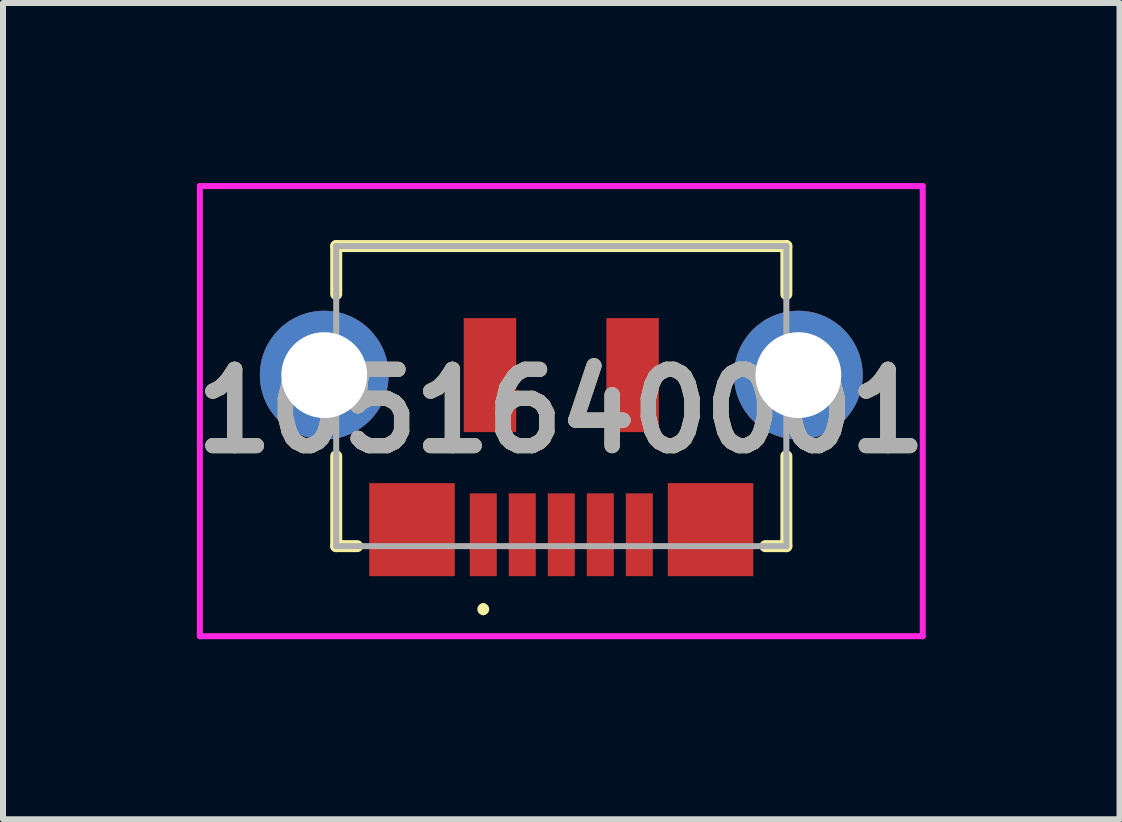
<source format=kicad_pcb>
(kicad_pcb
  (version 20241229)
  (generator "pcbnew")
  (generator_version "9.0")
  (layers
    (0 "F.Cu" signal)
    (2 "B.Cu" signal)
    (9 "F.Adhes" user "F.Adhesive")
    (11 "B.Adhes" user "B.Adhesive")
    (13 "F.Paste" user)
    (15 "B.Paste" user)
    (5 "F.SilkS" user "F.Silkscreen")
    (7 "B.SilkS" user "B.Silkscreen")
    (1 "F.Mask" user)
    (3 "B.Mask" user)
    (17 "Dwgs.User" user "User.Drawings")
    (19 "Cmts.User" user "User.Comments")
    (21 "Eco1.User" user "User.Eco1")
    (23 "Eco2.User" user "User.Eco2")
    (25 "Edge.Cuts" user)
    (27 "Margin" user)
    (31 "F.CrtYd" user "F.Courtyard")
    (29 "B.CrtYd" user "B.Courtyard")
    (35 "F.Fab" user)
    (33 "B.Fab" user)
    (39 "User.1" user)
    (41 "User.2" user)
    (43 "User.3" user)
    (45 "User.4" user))
  (footprint "1051640001"
    (layer "F.Cu")
    (at 6.302 3.55)
    (property "Reference" "1051640001" (at 0 0.25 0) (layer "F.SilkS") (effects (font (size 1.27 1.27) (thickness 0.254))))
    (attr through_hole)
    (fp_line (start -3.75 -2.5) (end 3.75 -2.5) (stroke (width 0.2) (type solid)) (layer "F.SilkS"))
    (fp_line (start -3.75 -1.7) (end -3.75 -2.5) (stroke (width 0.2) (type solid)) (layer "F.SilkS"))
    (fp_line (start -3.75 2.5) (end -3.75 1) (stroke (width 0.2) (type solid)) (layer "F.SilkS"))
    (fp_line (start -3.4 2.5) (end -3.75 2.5) (stroke (width 0.2) (type solid)) (layer "F.SilkS"))
    (fp_line (start -1.3 3.5) (end -1.3 3.5) (stroke (width 0.1) (type solid)) (layer "F.SilkS"))
    (fp_line (start -1.3 3.6) (end -1.3 3.6) (stroke (width 0.1) (type solid)) (layer "F.SilkS"))
    (fp_line (start 3.75 -2.5) (end 3.75 -1.7) (stroke (width 0.2) (type solid)) (layer "F.SilkS"))
    (fp_line (start 3.75 1) (end 3.75 2.5) (stroke (width 0.2) (type solid)) (layer "F.SilkS"))
    (fp_line (start 3.75 2.5) (end 3.4 2.5) (stroke (width 0.2) (type solid)) (layer "F.SilkS"))
    (fp_arc (start -1.3 3.5) (mid -1.25 3.55) (end -1.3 3.6) (stroke (width 0.1) (type solid)) (layer "F.SilkS"))
    (fp_arc (start -1.3 3.6) (mid -1.35 3.55) (end -1.3 3.5) (stroke (width 0.1) (type solid)) (layer "F.SilkS"))
    (fp_line (start -6.022 -3.5) (end -6.022 4) (stroke (width 0.1) (type solid)) (layer "F.CrtYd"))
    (fp_line (start -6.022 4) (end 6.022 4) (stroke (width 0.1) (type solid)) (layer "F.CrtYd"))
    (fp_line (start 6.022 -3.5) (end -6.022 -3.5) (stroke (width 0.1) (type solid)) (layer "F.CrtYd"))
    (fp_line (start 6.022 4) (end 6.022 -3.5) (stroke (width 0.1) (type solid)) (layer "F.CrtYd"))
    (fp_line (start -3.75 -2.5) (end 3.75 -2.5) (stroke (width 0.1) (type solid)) (layer "F.Fab"))
    (fp_line (start -3.75 2.5) (end -3.75 -2.5) (stroke (width 0.1) (type solid)) (layer "F.Fab"))
    (fp_line (start 3.75 -2.5) (end 3.75 2.5) (stroke (width 0.1) (type solid)) (layer "F.Fab"))
    (fp_line (start 3.75 2.5) (end -3.75 2.5) (stroke (width 0.1) (type solid)) (layer "F.Fab"))
    (fp_text user "${REFERENCE}" (at 0 0.25 0) (layer "F.Fab") (effects (font (size 1.27 1.27) (thickness 0.254))))
    (pad "1" smd rect (at -1.3 2.31) (size 0.45 1.38) (layers "F.Cu" "F.Mask" "F.Paste"))
    (pad "2" smd rect (at -0.65 2.31) (size 0.45 1.38) (layers "F.Cu" "F.Mask" "F.Paste"))
    (pad "3" smd rect (at 0 2.31) (size 0.45 1.38) (layers "F.Cu" "F.Mask" "F.Paste"))
    (pad "4" smd rect (at 0.65 2.31) (size 0.45 1.38) (layers "F.Cu" "F.Mask" "F.Paste"))
    (pad "5" smd rect (at 1.3 2.31) (size 0.45 1.38) (layers "F.Cu" "F.Mask" "F.Paste"))
    (pad "MH1" thru_hole circle (at -3.95 -0.35) (size 2.145 2.145) (drill 1.43) (layers "*.Cu" "*.Mask"))
    (pad "MH2" thru_hole circle (at 3.95 -0.35) (size 2.145 2.145) (drill 1.43) (layers "*.Cu" "*.Mask"))
    (pad "MP1" smd rect (at -2.487 2.225) (size 1.425 1.55) (layers "F.Cu" "F.Mask" "F.Paste"))
    (pad "MP2" smd rect (at 2.487 2.225) (size 1.425 1.55) (layers "F.Cu" "F.Mask" "F.Paste"))
    (pad "MP3" smd rect (at -1.188 -0.35) (size 0.875 1.9) (layers "F.Cu" "F.Mask" "F.Paste"))
    (pad "MP4" smd rect (at 1.188 -0.35) (size 0.875 1.9) (layers "F.Cu" "F.Mask" "F.Paste")))
  (gr_rect
    (start -3 -3)
    (end 15.603 10.6)
    (stroke (width 0.1) (type default))
    (fill no)
    (layer "Edge.Cuts")))
</source>
